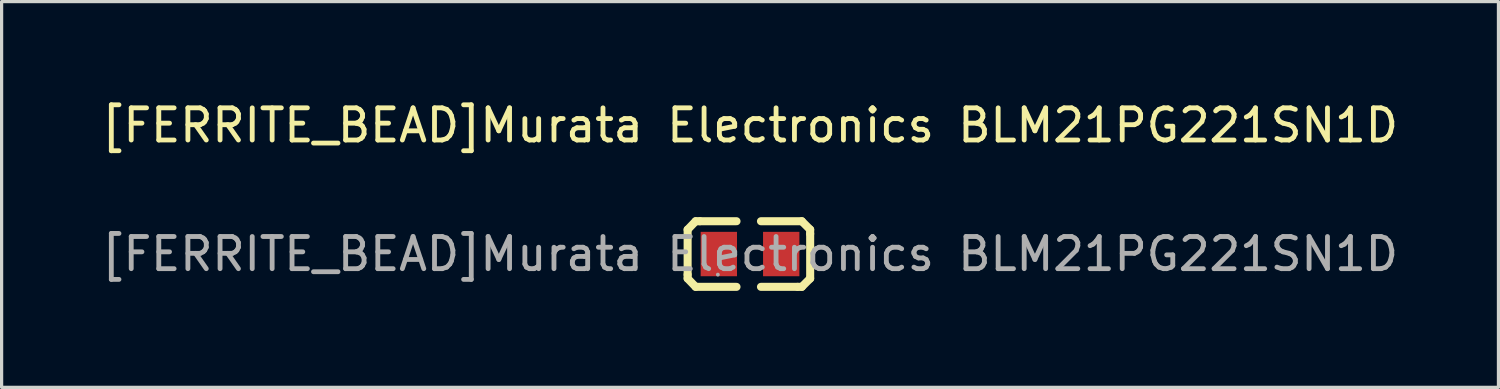
<source format=kicad_pcb>
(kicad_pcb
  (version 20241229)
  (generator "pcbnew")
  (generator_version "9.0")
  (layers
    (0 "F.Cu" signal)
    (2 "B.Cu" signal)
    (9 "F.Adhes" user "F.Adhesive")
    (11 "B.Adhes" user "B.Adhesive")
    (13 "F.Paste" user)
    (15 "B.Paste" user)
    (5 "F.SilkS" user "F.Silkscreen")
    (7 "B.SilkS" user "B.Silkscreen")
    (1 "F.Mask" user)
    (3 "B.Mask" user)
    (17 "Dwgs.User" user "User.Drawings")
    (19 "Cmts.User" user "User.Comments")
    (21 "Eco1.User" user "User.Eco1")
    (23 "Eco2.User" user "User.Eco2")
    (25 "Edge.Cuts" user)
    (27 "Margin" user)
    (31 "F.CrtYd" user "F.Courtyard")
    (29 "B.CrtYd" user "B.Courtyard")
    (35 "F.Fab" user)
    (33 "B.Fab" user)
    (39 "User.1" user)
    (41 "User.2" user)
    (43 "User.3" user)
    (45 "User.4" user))
  (footprint "[FERRITE_BEAD]Murata Electronics BLM21PG221SN1D"
    (layer "F.Cu")
    (at 20.268 4.848)
    (property "Reference" "[FERRITE_BEAD]Murata Electronics BLM21PG221SN1D" (at 0 -4 0) (layer "F.SilkS") (effects (font (size 1 1) (thickness 0.15))))
    (attr smd)
    (fp_line (start -1.94 -0.76) (end -1.94 0.64) (stroke (width 0.25) (type solid)) (layer "F.SilkS"))
    (fp_line (start -1.94 0.64) (end -1.94 0.76) (stroke (width 0.25) (type solid)) (layer "F.SilkS"))
    (fp_line (start -1.94 0.76) (end -1.69 1.02) (stroke (width 0.25) (type solid)) (layer "F.SilkS"))
    (fp_line (start -1.69 -1.02) (end -1.94 -0.76) (stroke (width 0.25) (type solid)) (layer "F.SilkS"))
    (fp_line (start -1.69 1.02) (end -0.42 1.02) (stroke (width 0.25) (type solid)) (layer "F.SilkS"))
    (fp_line (start -1.56 -1.02) (end -1.69 -1.02) (stroke (width 0.25) (type solid)) (layer "F.SilkS"))
    (fp_line (start -0.42 -1.02) (end -1.56 -1.02) (stroke (width 0.25) (type solid)) (layer "F.SilkS"))
    (fp_line (start 0.34 1.02) (end 1.48 1.02) (stroke (width 0.25) (type solid)) (layer "F.SilkS"))
    (fp_line (start 1.48 1.02) (end 1.61 1.02) (stroke (width 0.25) (type solid)) (layer "F.SilkS"))
    (fp_line (start 1.61 -1.02) (end 0.34 -1.02) (stroke (width 0.25) (type solid)) (layer "F.SilkS"))
    (fp_line (start 1.61 1.02) (end 1.87 0.76) (stroke (width 0.25) (type solid)) (layer "F.SilkS"))
    (fp_line (start 1.87 -0.76) (end 1.61 -1.02) (stroke (width 0.25) (type solid)) (layer "F.SilkS"))
    (fp_line (start 1.87 -0.63) (end 1.87 -0.76) (stroke (width 0.25) (type solid)) (layer "F.SilkS"))
    (fp_line (start 1.87 0.76) (end 1.87 -0.63) (stroke (width 0.25) (type solid)) (layer "F.SilkS"))
    (fp_circle (center -1 0.64) (end -0.97 0.64) (stroke (width 0.06) (type solid)) (fill no) (layer "F.Fab"))
    (fp_text user "${REFERENCE}" (at 0 0 0) (layer "F.Fab") (effects (font (size 1 1) (thickness 0.15))))
    (pad "1" smd rect (at -0.97 0) (size 1.13 1.38) (layers "F.Cu" "F.Mask" "F.Paste"))
    (pad "2" smd rect (at 0.97 0) (size 1.13 1.38) (layers "F.Cu" "F.Mask" "F.Paste")))
  (gr_rect
    (start -3 -3)
    (end 43.536 8.993)
    (stroke (width 0.1) (type default))
    (fill no)
    (layer "Edge.Cuts")))
</source>
